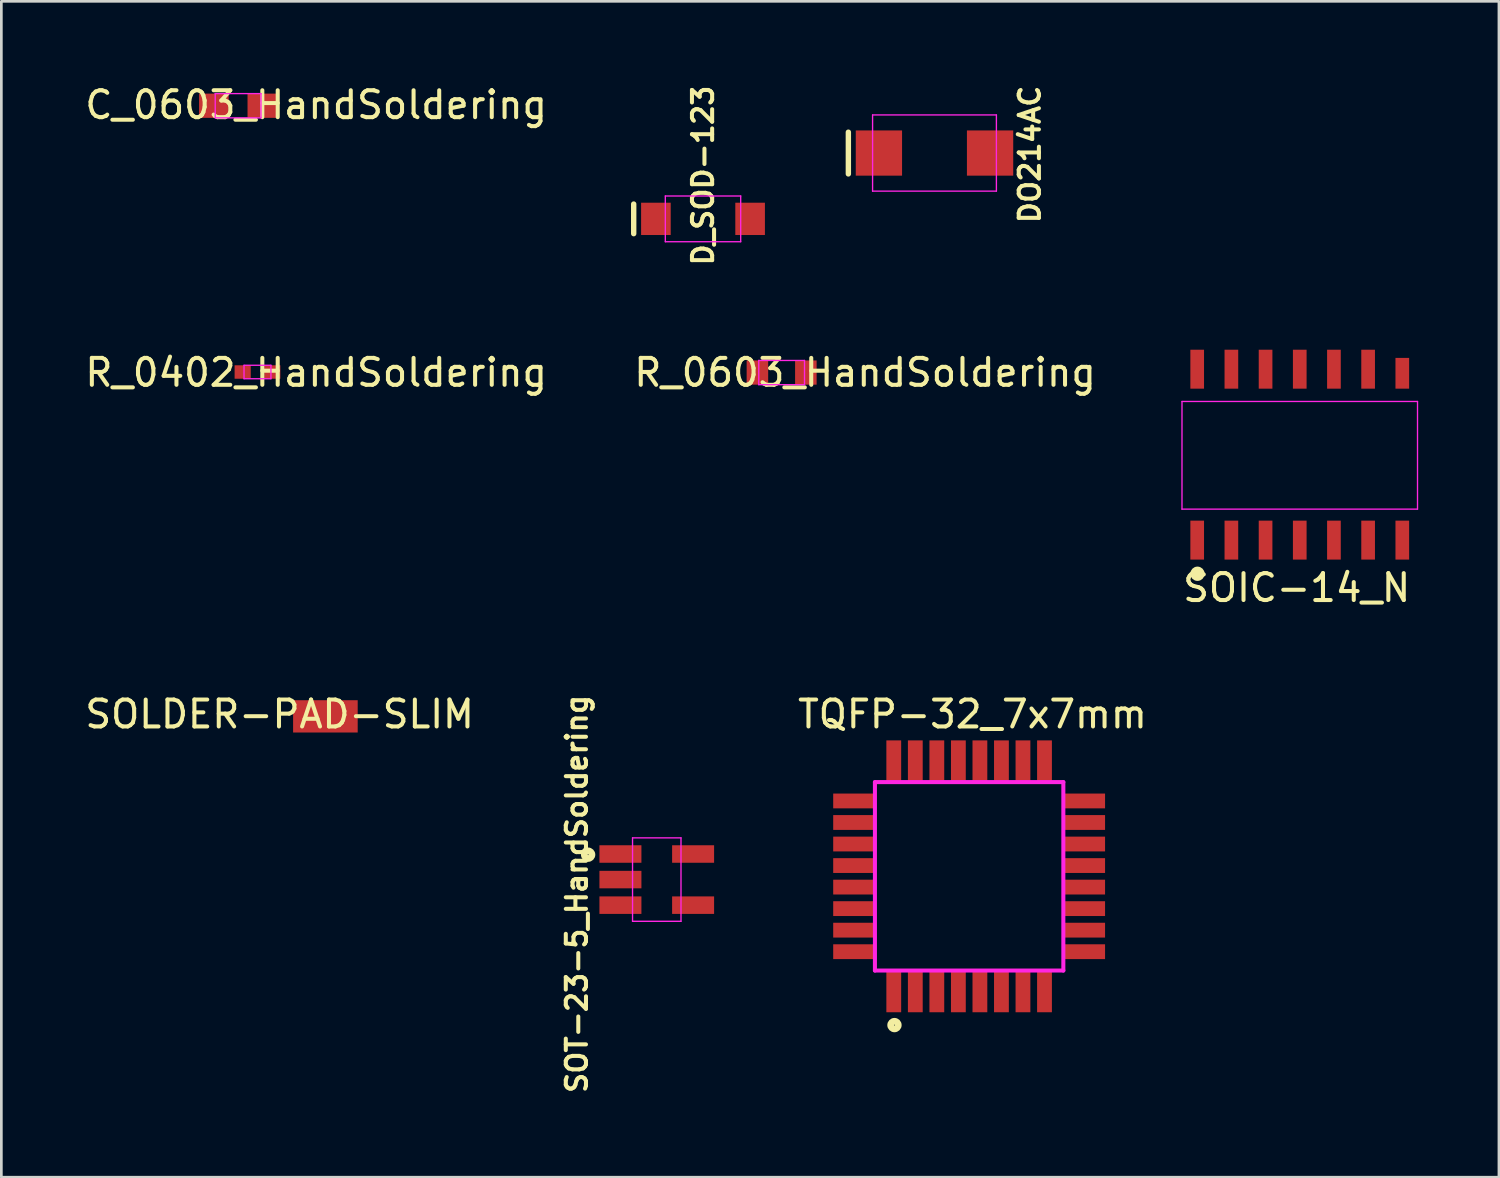
<source format=kicad_pcb>
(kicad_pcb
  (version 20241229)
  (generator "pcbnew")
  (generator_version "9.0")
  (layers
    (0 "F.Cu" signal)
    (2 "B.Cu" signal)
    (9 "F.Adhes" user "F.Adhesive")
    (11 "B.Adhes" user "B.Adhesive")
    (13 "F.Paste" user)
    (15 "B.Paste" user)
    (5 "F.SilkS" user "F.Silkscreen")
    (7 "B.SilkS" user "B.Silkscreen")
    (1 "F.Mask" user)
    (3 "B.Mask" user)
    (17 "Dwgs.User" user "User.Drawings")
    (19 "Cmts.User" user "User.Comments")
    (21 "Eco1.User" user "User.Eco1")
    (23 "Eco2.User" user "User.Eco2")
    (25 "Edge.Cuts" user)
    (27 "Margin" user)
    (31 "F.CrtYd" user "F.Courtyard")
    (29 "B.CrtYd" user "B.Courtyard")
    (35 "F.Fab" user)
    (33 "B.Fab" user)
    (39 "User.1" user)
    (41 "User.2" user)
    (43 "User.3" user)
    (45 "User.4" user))
  (footprint "D_SOD-123"
    (layer "F.Cu")
    (at 23.068 5.081)
    (property "Reference" "D_SOD-123" (at 0 -1.61 270) (layer "F.SilkS") (effects (font (size 0.75 0.75) (thickness 0.15))))
    (attr smd)
    (fp_line (start -2.575 -0.55) (end -2.575 0.55) (stroke (width 0.2) (type solid)) (layer "F.SilkS"))
    (fp_line (start -1.4 -0.85) (end -1.4 0.85) (stroke (width 0.05) (type solid)) (layer "F.CrtYd"))
    (fp_line (start -1.4 -0.85) (end 1.4 -0.85) (stroke (width 0.05) (type solid)) (layer "F.CrtYd"))
    (fp_line (start 1.4 -0.85) (end 1.4 0.85) (stroke (width 0.05) (type solid)) (layer "F.CrtYd"))
    (fp_line (start 1.4 0.85) (end -1.4 0.85) (stroke (width 0.05) (type solid)) (layer "F.CrtYd"))
    (pad "1" smd rect (at -1.75 0) (size 1.1 1.2) (layers "F.Cu" "F.Mask"))
    (pad "2" smd rect (at 1.75 0) (size 1.1 1.2) (layers "F.Cu" "F.Mask")))
  (footprint "C_0603_HandSoldering"
    (layer "F.Cu")
    (at 5.796 0.878)
    (property "Reference" "C_0603_HandSoldering" (at 2.9 -0.03 0) (layer "F.SilkS") (effects (font (size 1 1) (thickness 0.15))))
    (attr smd)
    (fp_line (start -0.85 -0.45) (end -0.85 0.45) (stroke (width 0.05) (type solid)) (layer "F.CrtYd"))
    (fp_line (start -0.85 -0.45) (end 0.85 -0.45) (stroke (width 0.05) (type solid)) (layer "F.CrtYd"))
    (fp_line (start 0.85 0.45) (end -0.85 0.45) (stroke (width 0.05) (type solid)) (layer "F.CrtYd"))
    (fp_line (start 0.85 0.45) (end 0.85 -0.45) (stroke (width 0.05) (type solid)) (layer "F.CrtYd"))
    (pad "1" smd rect (at -0.9 0) (size 1.1 0.9) (layers "F.Cu" "F.Mask"))
    (pad "2" smd rect (at 0.9 0) (size 1.1 0.9) (layers "F.Cu" "F.Mask")))
  (footprint "R_0402_HandSoldering"
    (layer "F.Cu")
    (at 6.516 10.771)
    (property "Reference" "R_0402_HandSoldering" (at 2.18 0.02 0) (layer "F.SilkS") (effects (font (size 1 1) (thickness 0.15))))
    (attr smd)
    (fp_line (start -0.5 -0.25) (end -0.5 0.25) (stroke (width 0.05) (type solid)) (layer "F.CrtYd"))
    (fp_line (start -0.5 -0.25) (end 0.5 -0.25) (stroke (width 0.05) (type solid)) (layer "F.CrtYd"))
    (fp_line (start 0.5 0.25) (end -0.5 0.25) (stroke (width 0.05) (type solid)) (layer "F.CrtYd"))
    (fp_line (start 0.5 0.25) (end 0.5 -0.25) (stroke (width 0.05) (type solid)) (layer "F.CrtYd"))
    (pad "1" smd rect (at -0.55 0) (size 0.6 0.5) (layers "F.Cu" "F.Mask"))
    (pad "2" smd rect (at 0.55 0) (size 0.6 0.5) (layers "F.Cu" "F.Mask")))
  (footprint "TQFP-32_7x7mm"
    (layer "F.Cu")
    (at 33.081 29.534)
    (property "Reference" "TQFP-32_7x7mm" (at 0 -6.05 0) (layer "F.SilkS") (effects (font (size 1 1) (thickness 0.15))))
    (attr smd)
    (fp_circle (center -2.9 5.5) (end -2.8 5.4) (stroke (width 0.25) (type solid)) (fill no) (layer "F.SilkS"))
    (fp_line (start -3.626 -3.527) (end 3.374 -3.527) (stroke (width 0.15) (type solid)) (layer "F.CrtYd"))
    (fp_line (start -3.626 3.473) (end -3.626 -3.527) (stroke (width 0.15) (type solid)) (layer "F.CrtYd"))
    (fp_line (start 3.374 -3.527) (end 3.374 3.473) (stroke (width 0.15) (type solid)) (layer "F.CrtYd"))
    (fp_line (start 3.374 3.473) (end -3.626 3.473) (stroke (width 0.15) (type solid)) (layer "F.CrtYd"))
    (pad "1" smd rect (at -2.926 4.223 90) (size 1.6 0.55) (layers "F.Cu" "F.Mask" "F.Paste"))
    (pad "2" smd rect (at -2.126 4.223 90) (size 1.6 0.55) (layers "F.Cu" "F.Mask" "F.Paste"))
    (pad "3" smd rect (at -1.326 4.223 90) (size 1.6 0.55) (layers "F.Cu" "F.Mask" "F.Paste"))
    (pad "4" smd rect (at -0.526 4.223 90) (size 1.6 0.55) (layers "F.Cu" "F.Mask" "F.Paste"))
    (pad "5" smd rect (at 0.274 4.223 90) (size 1.6 0.55) (layers "F.Cu" "F.Mask" "F.Paste"))
    (pad "6" smd rect (at 1.074 4.223 90) (size 1.6 0.55) (layers "F.Cu" "F.Mask" "F.Paste"))
    (pad "7" smd rect (at 1.874 4.223 90) (size 1.6 0.55) (layers "F.Cu" "F.Mask" "F.Paste"))
    (pad "8" smd rect (at 2.674 4.223 90) (size 1.6 0.55) (layers "F.Cu" "F.Mask" "F.Paste"))
    (pad "9" smd rect (at 4.124 2.773 180) (size 1.6 0.55) (layers "F.Cu" "F.Mask" "F.Paste"))
    (pad "10" smd rect (at 4.124 1.973 180) (size 1.6 0.55) (layers "F.Cu" "F.Mask" "F.Paste"))
    (pad "11" smd rect (at 4.124 1.173 180) (size 1.6 0.55) (layers "F.Cu" "F.Mask" "F.Paste"))
    (pad "12" smd rect (at 4.124 0.373 180) (size 1.6 0.55) (layers "F.Cu" "F.Mask" "F.Paste"))
    (pad "13" smd rect (at 4.124 -0.427 180) (size 1.6 0.55) (layers "F.Cu" "F.Mask" "F.Paste"))
    (pad "14" smd rect (at 4.124 -1.227 180) (size 1.6 0.55) (layers "F.Cu" "F.Mask" "F.Paste"))
    (pad "15" smd rect (at 4.124 -2.027 180) (size 1.6 0.55) (layers "F.Cu" "F.Mask" "F.Paste"))
    (pad "16" smd rect (at 4.124 -2.827 180) (size 1.6 0.55) (layers "F.Cu" "F.Mask" "F.Paste"))
    (pad "17" smd rect (at 2.674 -4.277 90) (size 1.6 0.55) (layers "F.Cu" "F.Mask" "F.Paste"))
    (pad "18" smd rect (at 1.874 -4.277 90) (size 1.6 0.55) (layers "F.Cu" "F.Mask" "F.Paste"))
    (pad "19" smd rect (at 1.074 -4.277 90) (size 1.6 0.55) (layers "F.Cu" "F.Mask" "F.Paste"))
    (pad "20" smd rect (at 0.274 -4.277 90) (size 1.6 0.55) (layers "F.Cu" "F.Mask" "F.Paste"))
    (pad "21" smd rect (at -0.526 -4.277 90) (size 1.6 0.55) (layers "F.Cu" "F.Mask" "F.Paste"))
    (pad "22" smd rect (at -1.326 -4.277 90) (size 1.6 0.55) (layers "F.Cu" "F.Mask" "F.Paste"))
    (pad "23" smd rect (at -2.126 -4.277 90) (size 1.6 0.55) (layers "F.Cu" "F.Mask" "F.Paste"))
    (pad "24" smd rect (at -2.926 -4.277 90) (size 1.6 0.55) (layers "F.Cu" "F.Mask" "F.Paste"))
    (pad "25" smd rect (at -4.376 -2.827 180) (size 1.6 0.55) (layers "F.Cu" "F.Mask" "F.Paste"))
    (pad "26" smd rect (at -4.376 -2.027 180) (size 1.6 0.55) (layers "F.Cu" "F.Mask" "F.Paste"))
    (pad "27" smd rect (at -4.376 -1.227 180) (size 1.6 0.55) (layers "F.Cu" "F.Mask" "F.Paste"))
    (pad "28" smd rect (at -4.376 -0.427 180) (size 1.6 0.55) (layers "F.Cu" "F.Mask" "F.Paste"))
    (pad "29" smd rect (at -4.376 0.373 180) (size 1.6 0.55) (layers "F.Cu" "F.Mask" "F.Paste"))
    (pad "30" smd rect (at -4.376 1.173 180) (size 1.6 0.55) (layers "F.Cu" "F.Mask" "F.Paste"))
    (pad "31" smd rect (at -4.376 1.973 180) (size 1.6 0.55) (layers "F.Cu" "F.Mask" "F.Paste"))
    (pad "32" smd rect (at -4.376 2.773 180) (size 1.6 0.55) (layers "F.Cu" "F.Mask" "F.Paste")))
  (footprint "SOT-23-5_HandSoldering"
    (layer "F.Cu")
    (at 21.35 29.628)
    (property "Reference" "SOT-23-5_HandSoldering" (at -2.969 0.533 270) (layer "F.SilkS") (effects (font (size 0.75 0.75) (thickness 0.15))))
    (attr smd)
    (fp_circle (center -2.55 -0.925) (end -2.45 -0.825) (stroke (width 0.25) (type solid)) (fill no) (layer "F.SilkS"))
    (fp_line (start -0.9 -1.55) (end -0.9 1.55) (stroke (width 0.05) (type solid)) (layer "F.CrtYd"))
    (fp_line (start 0.9 -1.55) (end -0.9 -1.55) (stroke (width 0.05) (type solid)) (layer "F.CrtYd"))
    (fp_line (start 0.9 -1.55) (end 0.9 1.55) (stroke (width 0.05) (type solid)) (layer "F.CrtYd"))
    (fp_line (start 0.9 1.55) (end -0.9 1.55) (stroke (width 0.05) (type solid)) (layer "F.CrtYd"))
    (pad "1" smd rect (at -1.35 -0.95) (size 1.56 0.65) (layers "F.Cu" "F.Mask"))
    (pad "2" smd rect (at -1.35 0) (size 1.56 0.65) (layers "F.Cu" "F.Mask"))
    (pad "3" smd rect (at -1.35 0.95) (size 1.56 0.65) (layers "F.Cu" "F.Mask"))
    (pad "4" smd rect (at 1.35 0.95) (size 1.56 0.65) (layers "F.Cu" "F.Mask"))
    (pad "5" smd rect (at 1.35 -0.95) (size 1.56 0.65) (layers "F.Cu" "F.Mask")))
  (footprint "DO214AC"
    (layer "F.Cu")
    (at 31.668 2.636)
    (property "Reference" "DO214AC" (at 3.54 0.05 270) (layer "F.SilkS") (effects (font (size 0.75 0.75) (thickness 0.15))))
    (attr through_hole)
    (fp_line (start -3.2 0.775) (end -3.2 -0.775) (stroke (width 0.2) (type solid)) (layer "F.SilkS"))
    (fp_line (start -2.3 -1.415) (end -2.3 1.415) (stroke (width 0.05) (type solid)) (layer "F.CrtYd"))
    (fp_line (start -2.3 1.415) (end 2.3 1.415) (stroke (width 0.05) (type solid)) (layer "F.CrtYd"))
    (fp_line (start 2.3 -1.415) (end -2.3 -1.415) (stroke (width 0.05) (type solid)) (layer "F.CrtYd"))
    (fp_line (start 2.3 1.415) (end 2.3 -1.415) (stroke (width 0.05) (type solid)) (layer "F.CrtYd"))
    (pad "1" smd rect (at -2.065 0) (size 1.72 1.68) (layers "F.Cu" "F.Mask"))
    (pad "2" smd rect (at 2.065 0) (size 1.72 1.68) (layers "F.Cu" "F.Mask")))
  (footprint "SOIC-14_N"
    (layer "F.Cu")
    (at 45.238 13.866)
    (property "Reference" "SOIC-14_N" (at -0.113 4.921 180) (layer "F.SilkS") (effects (font (size 1 1) (thickness 0.15))))
    (attr smd)
    (fp_circle (center -3.8 4.4) (end -3.7 4.5) (stroke (width 0.25) (type solid)) (fill no) (layer "F.SilkS"))
    (fp_line (start -4.375 -2) (end 4.375 -2) (stroke (width 0.05) (type solid)) (layer "F.CrtYd"))
    (fp_line (start -4.375 2) (end -4.375 -2) (stroke (width 0.05) (type solid)) (layer "F.CrtYd"))
    (fp_line (start 4.375 -2) (end 4.375 2) (stroke (width 0.05) (type solid)) (layer "F.CrtYd"))
    (fp_line (start 4.375 2) (end -4.375 2) (stroke (width 0.05) (type solid)) (layer "F.CrtYd"))
    (pad "1" smd rect (at -3.81 3.15) (size 0.508 1.447) (layers "F.Cu" "F.Mask"))
    (pad "2" smd rect (at -2.54 3.15) (size 0.508 1.447) (layers "F.Cu" "F.Mask"))
    (pad "3" smd rect (at -1.27 3.15) (size 0.508 1.447) (layers "F.Cu" "F.Mask"))
    (pad "4" smd rect (at 0 3.15) (size 0.508 1.447) (layers "F.Cu" "F.Mask"))
    (pad "5" smd rect (at 1.27 3.15) (size 0.508 1.447) (layers "F.Cu" "F.Mask"))
    (pad "6" smd rect (at 2.54 3.15) (size 0.508 1.447) (layers "F.Cu" "F.Mask"))
    (pad "7" smd rect (at 3.81 3.15) (size 0.508 1.447) (layers "F.Cu" "F.Mask"))
    (pad "8" smd rect (at 3.81 -3.048) (size 0.508 1.143) (layers "F.Cu" "F.Mask"))
    (pad "9" smd rect (at 2.54 -3.2) (size 0.508 1.447) (layers "F.Cu" "F.Mask"))
    (pad "10" smd rect (at 1.27 -3.2) (size 0.508 1.447) (layers "F.Cu" "F.Mask"))
    (pad "11" smd rect (at 0 -3.2) (size 0.508 1.447) (layers "F.Cu" "F.Mask"))
    (pad "12" smd rect (at -1.27 -3.2) (size 0.508 1.447) (layers "F.Cu" "F.Mask"))
    (pad "13" smd rect (at -2.54 -3.2) (size 0.508 1.447) (layers "F.Cu" "F.Mask"))
    (pad "14" smd rect (at -3.81 -3.2) (size 0.508 1.447) (layers "F.Cu" "F.Mask")))
  (footprint "SOLDER-PAD-SLIM"
    (layer "F.Cu")
    (at 9.039 23.564)
    (property "Reference" "SOLDER-PAD-SLIM" (at -1.7 -0.08 0) (layer "F.SilkS") (effects (font (size 1 1) (thickness 0.15))))
    (attr through_hole)
    (pad "1" smd rect (at 0 0) (size 2.4 1.2) (layers "F.Cu" "F.Mask")))
  (footprint "R_0603_HandSoldering"
    (layer "F.Cu")
    (at 25.989 10.791)
    (property "Reference" "R_0603_HandSoldering" (at 3.1 0 0) (layer "F.SilkS") (effects (font (size 1 1) (thickness 0.15))))
    (attr smd)
    (fp_line (start -0.85 -0.45) (end -0.85 0.45) (stroke (width 0.05) (type solid)) (layer "F.CrtYd"))
    (fp_line (start -0.85 -0.45) (end 0.85 -0.45) (stroke (width 0.05) (type solid)) (layer "F.CrtYd"))
    (fp_line (start 0.85 0.45) (end -0.85 0.45) (stroke (width 0.05) (type solid)) (layer "F.CrtYd"))
    (fp_line (start 0.85 0.45) (end 0.85 -0.45) (stroke (width 0.05) (type solid)) (layer "F.CrtYd"))
    (pad "1" smd rect (at -0.9 0) (size 0.8 0.9) (layers "F.Cu" "F.Mask"))
    (pad "2" smd rect (at 0.9 0) (size 0.8 0.9) (layers "F.Cu" "F.Mask")))
  (gr_rect
    (start -3 -3)
    (end 52.638 40.686)
    (stroke (width 0.1) (type default))
    (fill no)
    (layer "Edge.Cuts")))
</source>
